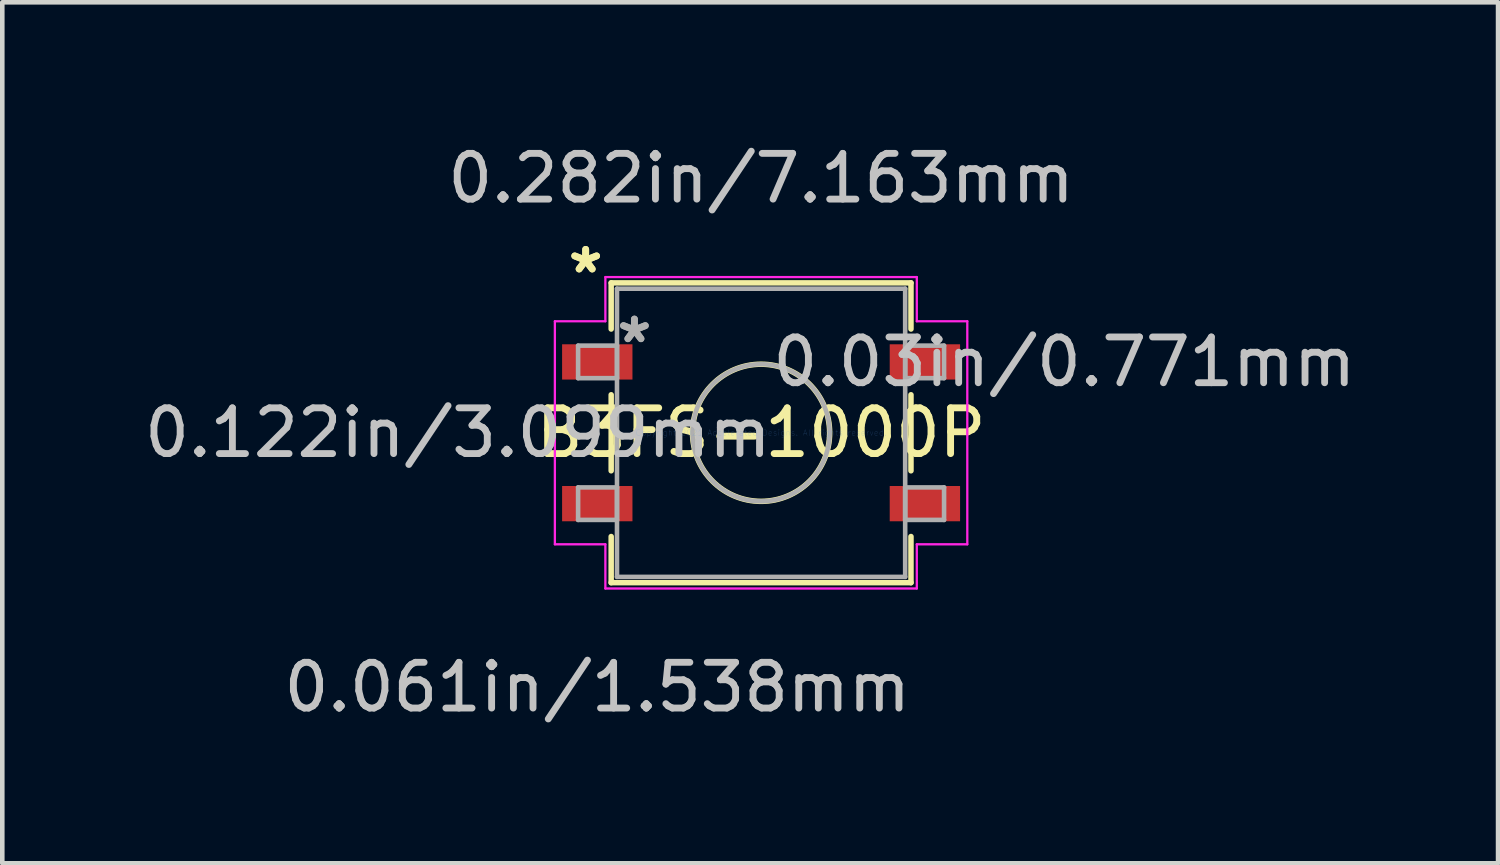
<source format=kicad_pcb>
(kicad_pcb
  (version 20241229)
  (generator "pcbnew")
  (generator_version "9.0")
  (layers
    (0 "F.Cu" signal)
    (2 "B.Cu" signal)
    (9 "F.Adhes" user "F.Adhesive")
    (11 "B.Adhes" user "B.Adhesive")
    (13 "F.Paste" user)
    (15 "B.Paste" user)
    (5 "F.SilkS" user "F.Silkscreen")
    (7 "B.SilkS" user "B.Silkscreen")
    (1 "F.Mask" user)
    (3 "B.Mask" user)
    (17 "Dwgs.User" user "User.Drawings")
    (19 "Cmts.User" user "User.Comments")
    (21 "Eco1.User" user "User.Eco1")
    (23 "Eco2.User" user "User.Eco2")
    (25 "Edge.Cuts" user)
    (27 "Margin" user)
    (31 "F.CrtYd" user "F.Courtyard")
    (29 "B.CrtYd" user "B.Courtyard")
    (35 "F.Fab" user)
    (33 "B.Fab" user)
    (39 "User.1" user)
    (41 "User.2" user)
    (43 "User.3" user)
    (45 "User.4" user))
  (footprint "B3FS-1000P"
    (layer "F.Cu")
    (at 13.588 6.411)
    (property "Reference" "B3FS-1000P" (at 0 0 0) (layer "F.SilkS") (effects (font (size 1 1) (thickness 0.15))))
    (attr through_hole)
    (fp_line (start -3.277 -3.277) (end -3.277 -2.268) (stroke (width 0.12) (type solid)) (layer "F.SilkS"))
    (fp_line (start -3.277 -0.831) (end -3.277 0.831) (stroke (width 0.12) (type solid)) (layer "F.SilkS"))
    (fp_line (start -3.277 2.268) (end -3.277 3.277) (stroke (width 0.12) (type solid)) (layer "F.SilkS"))
    (fp_line (start -3.277 3.277) (end 3.277 3.277) (stroke (width 0.12) (type solid)) (layer "F.SilkS"))
    (fp_line (start 3.277 -3.277) (end -3.277 -3.277) (stroke (width 0.12) (type solid)) (layer "F.SilkS"))
    (fp_line (start 3.277 -2.268) (end 3.277 -3.277) (stroke (width 0.12) (type solid)) (layer "F.SilkS"))
    (fp_line (start 3.277 0.831) (end 3.277 -0.831) (stroke (width 0.12) (type solid)) (layer "F.SilkS"))
    (fp_line (start 3.277 3.277) (end 3.277 2.268) (stroke (width 0.12) (type solid)) (layer "F.SilkS"))
    (fp_circle (center 0 0) (end 1.499 0) (stroke (width 0.12) (type solid)) (fill no) (layer "F.SilkS"))
    (fp_line (start -4.508 -2.438) (end -3.404 -2.438) (stroke (width 0.05) (type solid)) (layer "F.CrtYd"))
    (fp_line (start -4.508 2.438) (end -4.508 -2.438) (stroke (width 0.05) (type solid)) (layer "F.CrtYd"))
    (fp_line (start -3.404 -3.404) (end 3.404 -3.404) (stroke (width 0.05) (type solid)) (layer "F.CrtYd"))
    (fp_line (start -3.404 -2.438) (end -3.404 -3.404) (stroke (width 0.05) (type solid)) (layer "F.CrtYd"))
    (fp_line (start -3.404 2.438) (end -4.508 2.438) (stroke (width 0.05) (type solid)) (layer "F.CrtYd"))
    (fp_line (start -3.404 3.404) (end -3.404 2.438) (stroke (width 0.05) (type solid)) (layer "F.CrtYd"))
    (fp_line (start 3.404 -3.404) (end 3.404 -2.438) (stroke (width 0.05) (type solid)) (layer "F.CrtYd"))
    (fp_line (start 3.404 -2.438) (end 4.508 -2.438) (stroke (width 0.05) (type solid)) (layer "F.CrtYd"))
    (fp_line (start 3.404 2.438) (end 3.404 3.404) (stroke (width 0.05) (type solid)) (layer "F.CrtYd"))
    (fp_line (start 3.404 3.404) (end -3.404 3.404) (stroke (width 0.05) (type solid)) (layer "F.CrtYd"))
    (fp_line (start 4.508 -2.438) (end 4.508 2.438) (stroke (width 0.05) (type solid)) (layer "F.CrtYd"))
    (fp_line (start 4.508 2.438) (end 3.404 2.438) (stroke (width 0.05) (type solid)) (layer "F.CrtYd"))
    (fp_line (start -4 -1.905) (end -4 -1.194) (stroke (width 0.1) (type solid)) (layer "F.Fab"))
    (fp_line (start -4 -1.194) (end -3.15 -1.194) (stroke (width 0.1) (type solid)) (layer "F.Fab"))
    (fp_line (start -4 1.194) (end -4 1.905) (stroke (width 0.1) (type solid)) (layer "F.Fab"))
    (fp_line (start -4 1.905) (end -3.15 1.905) (stroke (width 0.1) (type solid)) (layer "F.Fab"))
    (fp_line (start -3.15 -3.15) (end -3.15 3.15) (stroke (width 0.1) (type solid)) (layer "F.Fab"))
    (fp_line (start -3.15 -1.905) (end -4 -1.905) (stroke (width 0.1) (type solid)) (layer "F.Fab"))
    (fp_line (start -3.15 -1.194) (end -3.15 -1.905) (stroke (width 0.1) (type solid)) (layer "F.Fab"))
    (fp_line (start -3.15 1.194) (end -4 1.194) (stroke (width 0.1) (type solid)) (layer "F.Fab"))
    (fp_line (start -3.15 1.905) (end -3.15 1.194) (stroke (width 0.1) (type solid)) (layer "F.Fab"))
    (fp_line (start -3.15 3.15) (end 3.15 3.15) (stroke (width 0.1) (type solid)) (layer "F.Fab"))
    (fp_line (start 3.15 -3.15) (end -3.15 -3.15) (stroke (width 0.1) (type solid)) (layer "F.Fab"))
    (fp_line (start 3.15 -1.905) (end 3.15 -1.194) (stroke (width 0.1) (type solid)) (layer "F.Fab"))
    (fp_line (start 3.15 -1.194) (end 4 -1.194) (stroke (width 0.1) (type solid)) (layer "F.Fab"))
    (fp_line (start 3.15 1.194) (end 3.15 1.905) (stroke (width 0.1) (type solid)) (layer "F.Fab"))
    (fp_line (start 3.15 1.905) (end 4 1.905) (stroke (width 0.1) (type solid)) (layer "F.Fab"))
    (fp_line (start 3.15 3.15) (end 3.15 -3.15) (stroke (width 0.1) (type solid)) (layer "F.Fab"))
    (fp_line (start 4 -1.905) (end 3.15 -1.905) (stroke (width 0.1) (type solid)) (layer "F.Fab"))
    (fp_line (start 4 -1.194) (end 4 -1.905) (stroke (width 0.1) (type solid)) (layer "F.Fab"))
    (fp_line (start 4 1.194) (end 3.15 1.194) (stroke (width 0.1) (type solid)) (layer "F.Fab"))
    (fp_line (start 4 1.905) (end 4 1.194) (stroke (width 0.1) (type solid)) (layer "F.Fab"))
    (fp_circle (center 0 0) (end 1.499 0) (stroke (width 0.1) (type solid)) (fill no) (layer "F.Fab"))
    (fp_text user "*" (at -3.835 -3.464 0) (layer "F.SilkS") (effects (font (size 1 1) (thickness 0.15))))
    (fp_text user "*" (at -3.835 -3.464 0) (layer "F.SilkS") (effects (font (size 1 1) (thickness 0.15))))
    (fp_text user "0.061in/1.538mm" (at -3.581 5.563 0) (layer "Dwgs.User") (effects (font (size 1 1) (thickness 0.15))))
    (fp_text user "0.122in/3.099mm" (at -6.629 0 0) (layer "Dwgs.User") (effects (font (size 1 1) (thickness 0.15))))
    (fp_text user "0.282in/7.163mm" (at 0 -5.563 0) (layer "Dwgs.User") (effects (font (size 1 1) (thickness 0.15))))
    (fp_text user "0.03in/0.771mm" (at 6.629 -1.549 0) (layer "Dwgs.User") (effects (font (size 1 1) (thickness 0.15))))
    (fp_text user "Copyright 2021 Accelerated Designs. All rights reserved." (at 0 0 0) (layer "Cmts.User") (effects (font (size 0.127 0.127) (thickness 0.002))))
    (fp_text user "*" (at -2.769 -1.94 0) (layer "F.Fab") (effects (font (size 1 1) (thickness 0.15))))
    (fp_text user "*" (at -2.769 -1.94 0) (layer "F.Fab") (effects (font (size 1 1) (thickness 0.15))))
    (pad "1" smd rect (at -3.581 -1.549) (size 1.538 0.771) (layers "F.Cu" "F.Mask" "F.Paste"))
    (pad "2" smd rect (at 3.581 -1.549) (size 1.538 0.771) (layers "F.Cu" "F.Mask" "F.Paste"))
    (pad "3" smd rect (at -3.581 1.549) (size 1.538 0.771) (layers "F.Cu" "F.Mask" "F.Paste"))
    (pad "4" smd rect (at 3.581 1.549) (size 1.538 0.771) (layers "F.Cu" "F.Mask" "F.Paste")))
  (gr_rect
    (start -3 -3)
    (end 29.699 15.822)
    (stroke (width 0.1) (type default))
    (fill no)
    (layer "Edge.Cuts")))
</source>
